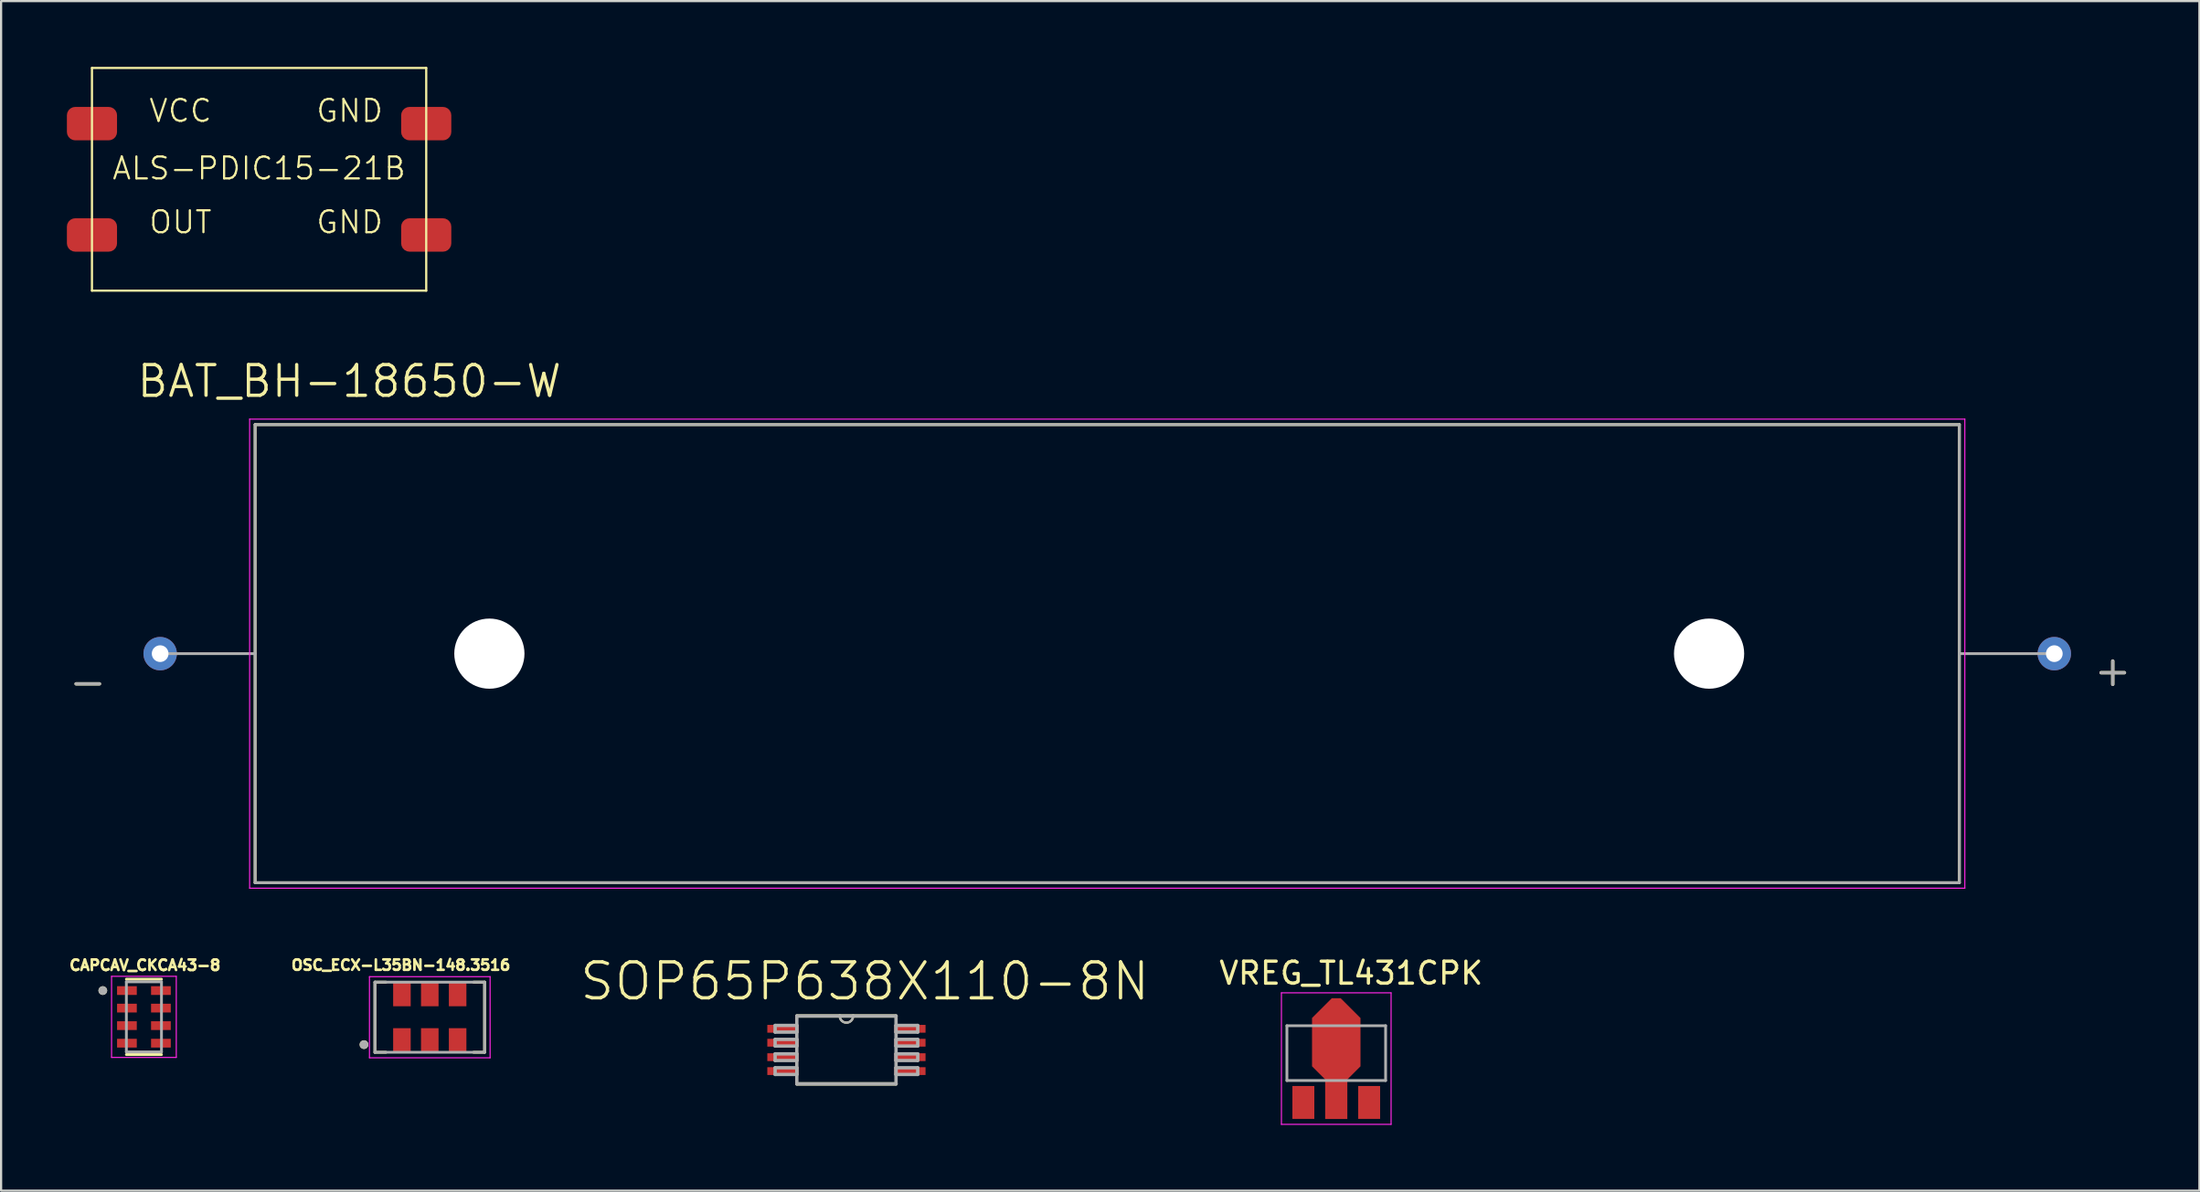
<source format=kicad_pcb>
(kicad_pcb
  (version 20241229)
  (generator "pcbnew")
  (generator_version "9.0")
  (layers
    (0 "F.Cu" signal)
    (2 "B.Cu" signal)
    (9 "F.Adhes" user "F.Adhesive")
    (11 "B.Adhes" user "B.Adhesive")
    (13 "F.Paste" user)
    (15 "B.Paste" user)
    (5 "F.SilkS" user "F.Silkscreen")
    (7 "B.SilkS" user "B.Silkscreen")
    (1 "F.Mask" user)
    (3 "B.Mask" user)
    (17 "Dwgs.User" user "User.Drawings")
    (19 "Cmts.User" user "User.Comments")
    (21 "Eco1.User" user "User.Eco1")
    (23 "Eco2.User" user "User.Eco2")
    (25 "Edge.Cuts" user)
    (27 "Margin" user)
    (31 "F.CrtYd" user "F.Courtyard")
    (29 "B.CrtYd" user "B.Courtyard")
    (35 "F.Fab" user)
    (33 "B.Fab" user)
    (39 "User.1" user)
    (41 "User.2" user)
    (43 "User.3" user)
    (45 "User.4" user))
  (footprint "ALS-PDIC15-21B"
    (layer "F.Cu")
    (at 8.763 5.13)
    (property "Reference" "ALS-PDIC15-21B" (at 0 -0.5 0) (unlocked yes) (layer "F.SilkS") (effects (font (size 1 1) (thickness 0.1))))
    (attr smd)
    (fp_line (start -7.62 -5.08) (end -7.62 5.08) (stroke (width 0.1) (type default)) (layer "F.SilkS"))
    (fp_line (start -7.62 5.08) (end 7.62 5.08) (stroke (width 0.1) (type default)) (layer "F.SilkS"))
    (fp_line (start 7.62 -5.08) (end -7.62 -5.08) (stroke (width 0.1) (type default)) (layer "F.SilkS"))
    (fp_line (start 7.62 5.08) (end 7.62 -5.08) (stroke (width 0.1) (type default)) (layer "F.SilkS"))
    (fp_text user "GND" (at 2.54 -2.54 0) (unlocked yes) (layer "F.SilkS") (effects (font (size 1 1) (thickness 0.1)) (justify left bottom)))
    (fp_text user "GND" (at 2.54 2.54 0) (unlocked yes) (layer "F.SilkS") (effects (font (size 1 1) (thickness 0.1)) (justify left bottom)))
    (fp_text user "OUT" (at -5.08 2.54 0) (unlocked yes) (layer "F.SilkS") (effects (font (size 1 1) (thickness 0.1)) (justify left bottom)))
    (fp_text user "VCC" (at -5.08 -2.54 0) (unlocked yes) (layer "F.SilkS") (effects (font (size 1 1) (thickness 0.1)) (justify left bottom)))
    (pad "1" smd roundrect (at -7.62 -2.54) (size 2.286 1.524) (layers "F.Cu" "F.Mask" "F.Paste") (roundrect_rratio 0.25))
    (pad "2" smd roundrect (at -7.62 2.54) (size 2.286 1.524) (layers "F.Cu" "F.Mask" "F.Paste") (roundrect_rratio 0.25))
    (pad "3" smd roundrect (at 7.62 -2.54) (size 2.286 1.524) (layers "F.Cu" "F.Mask" "F.Paste") (roundrect_rratio 0.25))
    (pad "4" smd roundrect (at 7.62 2.54) (size 2.286 1.524) (layers "F.Cu" "F.Mask" "F.Paste") (roundrect_rratio 0.25)))
  (footprint "SOP65P638X110-8N"
    (layer "F.Cu")
    (at 35.541 44.851)
    (property "Reference" "SOP65P638X110-8N" (at 0.84 -3.13 0) (layer "F.SilkS") (effects (font (size 1.643 1.643) (thickness 0.15))))
    (attr smd)
    (fp_line (start -2.261 1.549) (end 2.261 1.549) (stroke (width 0.152) (type solid)) (layer "F.SilkS"))
    (fp_line (start -0.305 -1.549) (end -2.261 -1.549) (stroke (width 0.152) (type solid)) (layer "F.SilkS"))
    (fp_line (start 0.305 -1.549) (end -0.305 -1.549) (stroke (width 0.152) (type solid)) (layer "F.SilkS"))
    (fp_line (start 2.261 -1.549) (end 0.305 -1.549) (stroke (width 0.152) (type solid)) (layer "F.SilkS"))
    (fp_arc (start 0.3048 -1.5494) (mid 0 -1.2446) (end -0.3048 -1.5494) (stroke (width 0.1) (type solid)) (layer "F.SilkS"))
    (fp_line (start -3.251 -1.118) (end -3.251 -0.813) (stroke (width 0.152) (type solid)) (layer "F.Fab"))
    (fp_line (start -3.251 -0.813) (end -2.261 -0.813) (stroke (width 0.152) (type solid)) (layer "F.Fab"))
    (fp_line (start -3.251 -0.483) (end -3.251 -0.178) (stroke (width 0.152) (type solid)) (layer "F.Fab"))
    (fp_line (start -3.251 -0.178) (end -2.261 -0.178) (stroke (width 0.152) (type solid)) (layer "F.Fab"))
    (fp_line (start -3.251 0.178) (end -3.251 0.483) (stroke (width 0.152) (type solid)) (layer "F.Fab"))
    (fp_line (start -3.251 0.483) (end -2.261 0.483) (stroke (width 0.152) (type solid)) (layer "F.Fab"))
    (fp_line (start -3.251 0.813) (end -3.251 1.118) (stroke (width 0.152) (type solid)) (layer "F.Fab"))
    (fp_line (start -3.251 1.118) (end -2.261 1.118) (stroke (width 0.152) (type solid)) (layer "F.Fab"))
    (fp_line (start -2.261 -1.549) (end -2.261 1.549) (stroke (width 0.152) (type solid)) (layer "F.Fab"))
    (fp_line (start -2.261 -1.118) (end -3.251 -1.118) (stroke (width 0.152) (type solid)) (layer "F.Fab"))
    (fp_line (start -2.261 -0.813) (end -2.261 -1.118) (stroke (width 0.152) (type solid)) (layer "F.Fab"))
    (fp_line (start -2.261 -0.483) (end -3.251 -0.483) (stroke (width 0.152) (type solid)) (layer "F.Fab"))
    (fp_line (start -2.261 -0.178) (end -2.261 -0.483) (stroke (width 0.152) (type solid)) (layer "F.Fab"))
    (fp_line (start -2.261 0.178) (end -3.251 0.178) (stroke (width 0.152) (type solid)) (layer "F.Fab"))
    (fp_line (start -2.261 0.483) (end -2.261 0.178) (stroke (width 0.152) (type solid)) (layer "F.Fab"))
    (fp_line (start -2.261 0.813) (end -3.251 0.813) (stroke (width 0.152) (type solid)) (layer "F.Fab"))
    (fp_line (start -2.261 1.118) (end -2.261 0.813) (stroke (width 0.152) (type solid)) (layer "F.Fab"))
    (fp_line (start -2.261 1.549) (end 2.261 1.549) (stroke (width 0.152) (type solid)) (layer "F.Fab"))
    (fp_line (start -0.305 -1.549) (end -2.261 -1.549) (stroke (width 0.152) (type solid)) (layer "F.Fab"))
    (fp_line (start 0.305 -1.549) (end -0.305 -1.549) (stroke (width 0.152) (type solid)) (layer "F.Fab"))
    (fp_line (start 2.261 -1.549) (end 0.305 -1.549) (stroke (width 0.152) (type solid)) (layer "F.Fab"))
    (fp_line (start 2.261 -1.118) (end 2.261 -0.813) (stroke (width 0.152) (type solid)) (layer "F.Fab"))
    (fp_line (start 2.261 -0.813) (end 3.251 -0.813) (stroke (width 0.152) (type solid)) (layer "F.Fab"))
    (fp_line (start 2.261 -0.483) (end 2.261 -0.178) (stroke (width 0.152) (type solid)) (layer "F.Fab"))
    (fp_line (start 2.261 -0.178) (end 3.251 -0.178) (stroke (width 0.152) (type solid)) (layer "F.Fab"))
    (fp_line (start 2.261 0.178) (end 2.261 0.483) (stroke (width 0.152) (type solid)) (layer "F.Fab"))
    (fp_line (start 2.261 0.483) (end 3.251 0.483) (stroke (width 0.152) (type solid)) (layer "F.Fab"))
    (fp_line (start 2.261 0.813) (end 2.261 1.118) (stroke (width 0.152) (type solid)) (layer "F.Fab"))
    (fp_line (start 2.261 1.118) (end 3.251 1.118) (stroke (width 0.152) (type solid)) (layer "F.Fab"))
    (fp_line (start 2.261 1.549) (end 2.261 -1.549) (stroke (width 0.152) (type solid)) (layer "F.Fab"))
    (fp_line (start 3.251 -1.118) (end 2.261 -1.118) (stroke (width 0.152) (type solid)) (layer "F.Fab"))
    (fp_line (start 3.251 -0.813) (end 3.251 -1.118) (stroke (width 0.152) (type solid)) (layer "F.Fab"))
    (fp_line (start 3.251 -0.483) (end 2.261 -0.483) (stroke (width 0.152) (type solid)) (layer "F.Fab"))
    (fp_line (start 3.251 -0.178) (end 3.251 -0.483) (stroke (width 0.152) (type solid)) (layer "F.Fab"))
    (fp_line (start 3.251 0.178) (end 2.261 0.178) (stroke (width 0.152) (type solid)) (layer "F.Fab"))
    (fp_line (start 3.251 0.483) (end 3.251 0.178) (stroke (width 0.152) (type solid)) (layer "F.Fab"))
    (fp_line (start 3.251 0.813) (end 2.261 0.813) (stroke (width 0.152) (type solid)) (layer "F.Fab"))
    (fp_line (start 3.251 1.118) (end 3.251 0.813) (stroke (width 0.152) (type solid)) (layer "F.Fab"))
    (fp_arc (start 0.3048 -1.5494) (mid 0 -1.2446) (end -0.3048 -1.5494) (stroke (width 0.1) (type solid)) (layer "F.Fab"))
    (pad "1" smd rect (at -2.896 -0.965) (size 1.422 0.356) (layers "F.Cu" "F.Mask" "F.Paste"))
    (pad "2" smd rect (at -2.896 -0.33) (size 1.422 0.356) (layers "F.Cu" "F.Mask" "F.Paste"))
    (pad "3" smd rect (at -2.896 0.33) (size 1.422 0.356) (layers "F.Cu" "F.Mask" "F.Paste"))
    (pad "4" smd rect (at -2.896 0.965) (size 1.422 0.356) (layers "F.Cu" "F.Mask" "F.Paste"))
    (pad "5" smd rect (at 2.896 0.965) (size 1.422 0.356) (layers "F.Cu" "F.Mask" "F.Paste"))
    (pad "6" smd rect (at 2.896 0.33) (size 1.422 0.356) (layers "F.Cu" "F.Mask" "F.Paste"))
    (pad "7" smd rect (at 2.896 -0.33) (size 1.422 0.356) (layers "F.Cu" "F.Mask" "F.Paste"))
    (pad "8" smd rect (at 2.896 -0.965) (size 1.422 0.356) (layers "F.Cu" "F.Mask" "F.Paste")))
  (footprint "CAPCAV_CKCA43-8"
    (layer "F.Cu")
    (at 3.512 43.342)
    (property "Reference" "CAPCAV_CKCA43-8" (at 0.049 -2.355 0) (layer "F.SilkS") (effects (font (size 0.48 0.48) (thickness 0.15))))
    (attr smd)
    (fp_line (start -0.8 -1.72) (end 0.8 -1.72) (stroke (width 0.127) (type solid)) (layer "F.SilkS"))
    (fp_line (start -0.8 1.72) (end 0.8 1.72) (stroke (width 0.127) (type solid)) (layer "F.SilkS"))
    (fp_circle (center -1.875 -1.2) (end -1.775 -1.2) (stroke (width 0.2) (type solid)) (fill no) (layer "F.SilkS"))
    (fp_line (start -1.475 -1.85) (end -1.475 1.85) (stroke (width 0.05) (type solid)) (layer "F.CrtYd"))
    (fp_line (start -1.475 1.85) (end 1.475 1.85) (stroke (width 0.05) (type solid)) (layer "F.CrtYd"))
    (fp_line (start 1.475 -1.85) (end -1.475 -1.85) (stroke (width 0.05) (type solid)) (layer "F.CrtYd"))
    (fp_line (start 1.475 1.85) (end 1.475 -1.85) (stroke (width 0.05) (type solid)) (layer "F.CrtYd"))
    (fp_line (start -0.8 -1.6) (end 0.8 -1.6) (stroke (width 0.127) (type solid)) (layer "F.Fab"))
    (fp_line (start -0.8 1.6) (end -0.8 -1.6) (stroke (width 0.127) (type solid)) (layer "F.Fab"))
    (fp_line (start -0.8 1.6) (end 0.8 1.6) (stroke (width 0.127) (type solid)) (layer "F.Fab"))
    (fp_line (start 0.8 -1.6) (end 0.8 1.6) (stroke (width 0.127) (type solid)) (layer "F.Fab"))
    (fp_circle (center -1.875 -1.2) (end -1.775 -1.2) (stroke (width 0.2) (type solid)) (fill no) (layer "F.Fab"))
    (pad "1" smd rect (at -0.775 -1.2) (size 0.9 0.4) (layers "F.Cu" "F.Mask" "F.Paste"))
    (pad "2" smd rect (at -0.775 -0.4) (size 0.9 0.4) (layers "F.Cu" "F.Mask" "F.Paste"))
    (pad "3" smd rect (at -0.775 0.4) (size 0.9 0.4) (layers "F.Cu" "F.Mask" "F.Paste"))
    (pad "4" smd rect (at -0.775 1.2) (size 0.9 0.4) (layers "F.Cu" "F.Mask" "F.Paste"))
    (pad "5" smd rect (at 0.775 1.2) (size 0.9 0.4) (layers "F.Cu" "F.Mask" "F.Paste"))
    (pad "6" smd rect (at 0.775 0.4) (size 0.9 0.4) (layers "F.Cu" "F.Mask" "F.Paste"))
    (pad "7" smd rect (at 0.775 -0.4) (size 0.9 0.4) (layers "F.Cu" "F.Mask" "F.Paste"))
    (pad "8" smd rect (at 0.775 -1.2) (size 0.9 0.4) (layers "F.Cu" "F.Mask" "F.Paste")))
  (footprint "VREG_TL431CPK"
    (layer "F.Cu")
    (at 57.874 45.246)
    (property "Reference" "VREG_TL431CPK" (at 0.677 -3.899 0) (layer "F.SilkS") (effects (font (size 1.004 1.004) (thickness 0.15))))
    (attr smd)
    (fp_poly (pts (xy -0.6 2.85) (xy 0.6 2.85) (xy 0.6 0.95) (xy 1.2 0.35) (xy 1.2 -1.85) (xy 0.2 -2.85) (xy -0.2 -2.85) (xy -1.2 -1.85) (xy -1.2 0.35) (xy -0.6 0.95)) (stroke (width 0.01) (type solid)) (fill yes) (layer "F.Mask"))
    (fp_poly (pts (xy -0.5 2.75) (xy 0.5 2.75) (xy 0.5 0.95) (xy 1.1 0.35) (xy 1.1 -1.85) (xy 0.2 -2.75) (xy -0.2 -2.75) (xy -1.1 -1.85) (xy -1.1 0.35) (xy -0.5 0.95)) (stroke (width 0.01) (type solid)) (fill yes) (layer "F.Paste"))
    (fp_line (start -2.5 -3) (end -2.5 3) (stroke (width 0.05) (type solid)) (layer "F.CrtYd"))
    (fp_line (start -2.5 3) (end 2.5 3) (stroke (width 0.05) (type solid)) (layer "F.CrtYd"))
    (fp_line (start 2.5 -3) (end -2.5 -3) (stroke (width 0.05) (type solid)) (layer "F.CrtYd"))
    (fp_line (start 2.5 3) (end 2.5 -3) (stroke (width 0.05) (type solid)) (layer "F.CrtYd"))
    (fp_line (start -2.25 -1.5) (end -2.25 1) (stroke (width 0.127) (type solid)) (layer "F.Fab"))
    (fp_line (start -2.25 1) (end 2.25 1) (stroke (width 0.127) (type solid)) (layer "F.Fab"))
    (fp_line (start 2.25 -1.5) (end -2.25 -1.5) (stroke (width 0.127) (type solid)) (layer "F.Fab"))
    (fp_line (start 2.25 1) (end 2.25 -1.5) (stroke (width 0.127) (type solid)) (layer "F.Fab"))
    (pad "1" smd rect (at -1.5 2) (size 1 1.5) (layers "F.Cu" "F.Mask" "F.Paste"))
    (pad "2" smd custom (at 0 2) (size 1 1.5) (layers "F.Cu") (options (anchor rect)) (primitives (gr_poly (pts (xy -0.5 0.75) (xy 0.5 0.75) (xy 0.5 -1.05) (xy 1.1 -1.65) (xy 1.1 -3.85) (xy 0.2 -4.75) (xy -0.2 -4.75) (xy -1.1 -3.85) (xy -1.1 -1.65) (xy -0.5 -1.05)) (width 0.01) (fill yes))))
    (pad "3" smd rect (at 1.5 2) (size 1 1.5) (layers "F.Cu" "F.Mask" "F.Paste")))
  (footprint "OSC_ECX-L35BN-148.3516"
    (layer "F.Cu")
    (at 16.545 43.358)
    (property "Reference" "OSC_ECX-L35BN-148.3516" (at -1.319 -2.377 0) (layer "F.SilkS") (effects (font (size 0.474 0.474) (thickness 0.15))))
    (attr smd)
    (fp_line (start -2.5 -1.6) (end -2.5 1.6) (stroke (width 0.127) (type solid)) (layer "F.SilkS"))
    (fp_line (start -2.5 1.6) (end -2 1.6) (stroke (width 0.127) (type solid)) (layer "F.SilkS"))
    (fp_line (start -2 -1.6) (end -2.5 -1.6) (stroke (width 0.127) (type solid)) (layer "F.SilkS"))
    (fp_line (start 2 -1.6) (end 2.5 -1.6) (stroke (width 0.127) (type solid)) (layer "F.SilkS"))
    (fp_line (start 2 1.6) (end 2.5 1.6) (stroke (width 0.127) (type solid)) (layer "F.SilkS"))
    (fp_line (start 2.5 1.6) (end 2.5 -1.6) (stroke (width 0.127) (type solid)) (layer "F.SilkS"))
    (fp_circle (center -3 1.25) (end -2.9 1.25) (stroke (width 0.2) (type solid)) (fill no) (layer "F.SilkS"))
    (fp_line (start -2.75 -1.85) (end -2.75 1.85) (stroke (width 0.05) (type solid)) (layer "F.CrtYd"))
    (fp_line (start -2.75 1.85) (end 2.75 1.85) (stroke (width 0.05) (type solid)) (layer "F.CrtYd"))
    (fp_line (start 2.75 -1.85) (end -2.75 -1.85) (stroke (width 0.05) (type solid)) (layer "F.CrtYd"))
    (fp_line (start 2.75 1.85) (end 2.75 -1.85) (stroke (width 0.05) (type solid)) (layer "F.CrtYd"))
    (fp_line (start -2.5 -1.6) (end -2.5 1.6) (stroke (width 0.127) (type solid)) (layer "F.Fab"))
    (fp_line (start -2.5 -1.6) (end 2.5 -1.6) (stroke (width 0.127) (type solid)) (layer "F.Fab"))
    (fp_line (start -2.5 1.6) (end 2.5 1.6) (stroke (width 0.127) (type solid)) (layer "F.Fab"))
    (fp_line (start 2.5 1.6) (end 2.5 -1.6) (stroke (width 0.127) (type solid)) (layer "F.Fab"))
    (fp_circle (center -3 1.25) (end -2.9 1.25) (stroke (width 0.2) (type solid)) (fill no) (layer "F.Fab"))
    (pad "1" smd rect (at -1.27 1.05 90) (size 1.1 0.8) (layers "F.Cu" "F.Mask" "F.Paste"))
    (pad "2" smd rect (at 0 1.05 90) (size 1.1 0.8) (layers "F.Cu" "F.Mask" "F.Paste"))
    (pad "3" smd rect (at 1.27 1.05 90) (size 1.1 0.8) (layers "F.Cu" "F.Mask" "F.Paste"))
    (pad "4" smd rect (at 1.27 -1.05 90) (size 1.1 0.8) (layers "F.Cu" "F.Mask" "F.Paste"))
    (pad "5" smd rect (at 0 -1.05 90) (size 1.1 0.8) (layers "F.Cu" "F.Mask" "F.Paste"))
    (pad "6" smd rect (at -1.27 -1.05 90) (size 1.1 0.8) (layers "F.Cu" "F.Mask" "F.Paste")))
  (footprint "BAT_BH-18650-W"
    (layer "F.Cu")
    (at 47.432 26.771)
    (property "Reference" "BAT_BH-18650-W" (at -34.555 -12.429 0) (layer "F.SilkS") (effects (font (size 1.4 1.4) (thickness 0.15))))
    (attr through_hole)
    (fp_line (start -38.85 -10.45) (end -38.85 10.45) (stroke (width 0.127) (type solid)) (layer "F.SilkS"))
    (fp_line (start -38.85 10.45) (end 38.85 10.45) (stroke (width 0.127) (type solid)) (layer "F.SilkS"))
    (fp_line (start 38.85 -10.45) (end -38.85 -10.45) (stroke (width 0.127) (type solid)) (layer "F.SilkS"))
    (fp_line (start 38.85 10.45) (end 38.85 -10.45) (stroke (width 0.127) (type solid)) (layer "F.SilkS"))
    (fp_line (start -39.1 -10.7) (end -39.1 10.7) (stroke (width 0.05) (type solid)) (layer "F.CrtYd"))
    (fp_line (start -39.1 10.7) (end 39.1 10.7) (stroke (width 0.05) (type solid)) (layer "F.CrtYd"))
    (fp_line (start 39.1 -10.7) (end -39.1 -10.7) (stroke (width 0.05) (type solid)) (layer "F.CrtYd"))
    (fp_line (start 39.1 10.7) (end 39.1 -10.7) (stroke (width 0.05) (type solid)) (layer "F.CrtYd"))
    (fp_line (start -43.18 0) (end -38.85 0) (stroke (width 0.127) (type solid)) (layer "F.Fab"))
    (fp_line (start -38.85 -10.45) (end -38.85 0) (stroke (width 0.127) (type solid)) (layer "F.Fab"))
    (fp_line (start -38.85 0) (end -38.85 10.45) (stroke (width 0.127) (type solid)) (layer "F.Fab"))
    (fp_line (start -38.85 10.45) (end 38.85 10.45) (stroke (width 0.127) (type solid)) (layer "F.Fab"))
    (fp_line (start 38.85 -10.45) (end -38.85 -10.45) (stroke (width 0.127) (type solid)) (layer "F.Fab"))
    (fp_line (start 38.85 0) (end 38.85 -10.45) (stroke (width 0.127) (type solid)) (layer "F.Fab"))
    (fp_line (start 38.85 10.45) (end 38.85 0) (stroke (width 0.127) (type solid)) (layer "F.Fab"))
    (fp_line (start 43.18 0) (end 38.85 0) (stroke (width 0.127) (type solid)) (layer "F.Fab"))
    (fp_text user "+" (at 45.845 0.762 0) (layer "F.SilkS") (effects (font (size 1.4 1.4) (thickness 0.15))))
    (fp_text user "-" (at -46.48 1.27 0) (layer "F.SilkS") (effects (font (size 1.4 1.4) (thickness 0.15))))
    (fp_text user "+" (at 45.845 0.762 0) (layer "F.Fab") (effects (font (size 1.4 1.4) (thickness 0.15))))
    (fp_text user "-" (at -46.48 1.27 0) (layer "F.Fab") (effects (font (size 1.4 1.4) (thickness 0.15))))
    (pad "" np_thru_hole circle (at -28.17 0) (size 3.2 3.2) (drill 3.2) (layers "*.Cu" "*.Mask"))
    (pad "" np_thru_hole circle (at 27.44 0) (size 3.2 3.2) (drill 3.2) (layers "*.Cu" "*.Mask"))
    (pad "1" thru_hole circle (at 43.18 0) (size 1.524 1.524) (drill 0.762) (layers "*.Cu" "*.Mask"))
    (pad "2" thru_hole circle (at -43.18 0) (size 1.524 1.524) (drill 0.762) (layers "*.Cu" "*.Mask")))
  (gr_rect
    (start -3 -3)
    (end 97.228 51.271)
    (stroke (width 0.1) (type default))
    (fill no)
    (layer "Edge.Cuts")))
</source>
